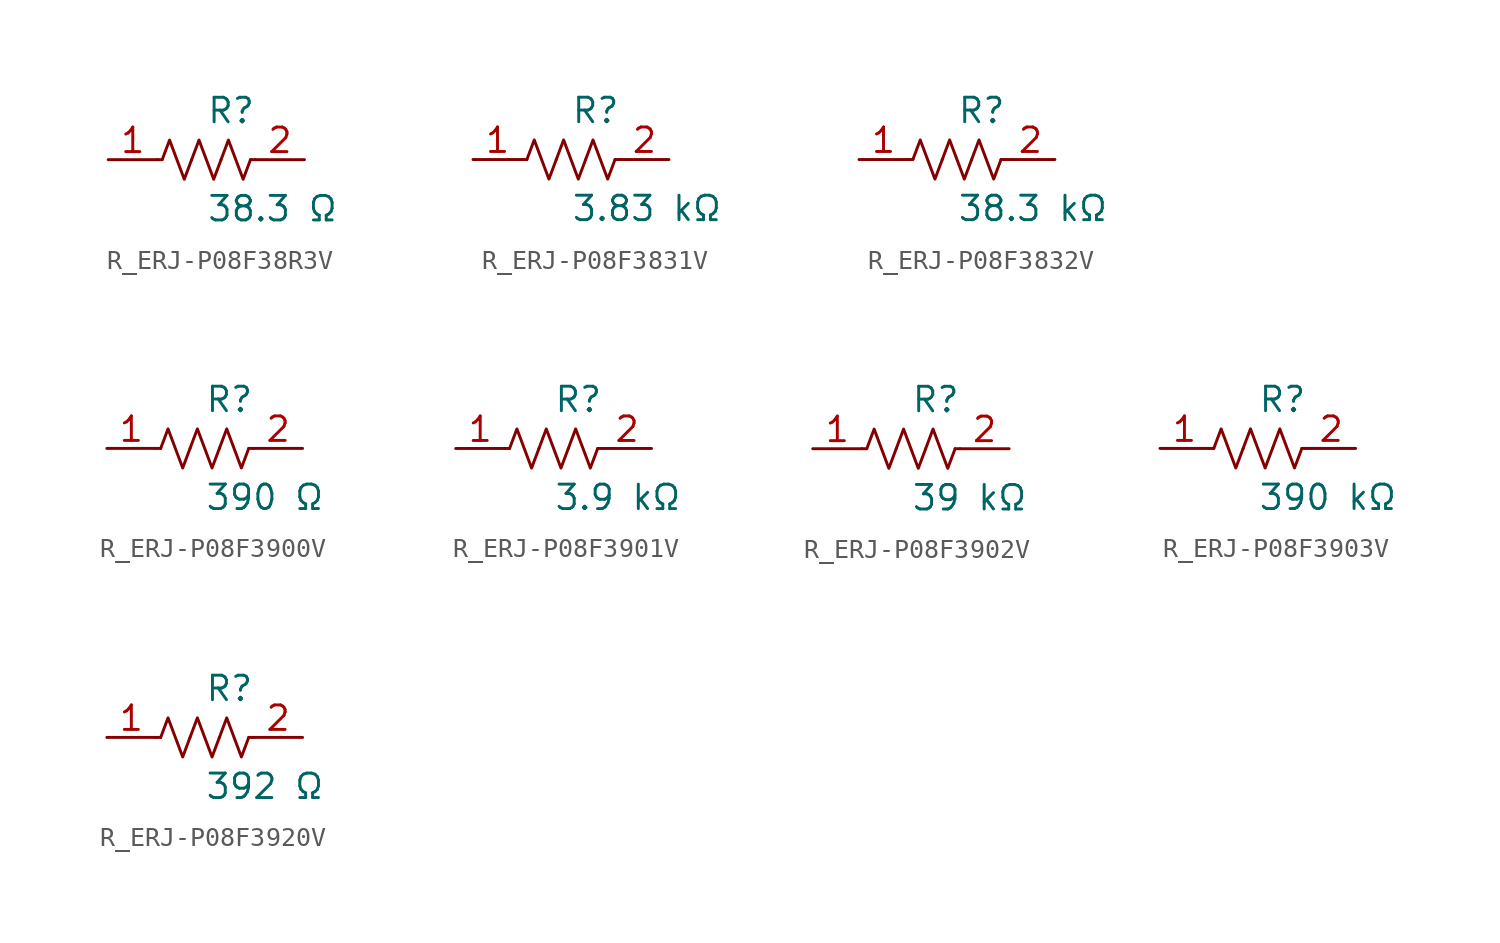
<source format=kicad_sym>
(kicad_symbol_lib
  (version 20231120)
  (generator kicad_symbol_editor)
  (generator_version 8.0)
  (symbol "R_ERJ-P08F38R3V"
    (pin_names
      (offset 0.254))
    (property "Reference" "R"
      (at 0.0 2.54 0)
      (effects (font (size 1.27 1.27)) (justify left)))
    (property "Value" "38.3 Ω"
      (at 0.0 -2.54 0)
      (effects (font (size 1.27 1.27)) (justify left)))
    (symbol "R_ERJ-P08F38R3V_0_1"
      (polyline (pts (xy 2.286 0) (xy 2.54 0)) (stroke (width 0) (type default)) (fill (type none)))
      (polyline (pts (xy -2.286 0) (xy -2.54 0)) (stroke (width 0) (type default)) (fill (type none)))
      (polyline (pts (xy 0.762 0) (xy 1.143 1.016) (xy 1.524 0) (xy 1.905 -1.016) (xy 2.286 0)) (stroke (width 0) (type default)) (fill (type none)))
      (polyline (pts (xy -0.762 0) (xy -0.381 1.016) (xy 0 0) (xy 0.381 -1.016) (xy 0.762 0)) (stroke (width 0) (type default)) (fill (type none)))
      (polyline (pts (xy -2.286 0) (xy -1.905 1.016) (xy -1.524 0) (xy -1.143 -1.016) (xy -0.762 0)) (stroke (width 0) (type default)) (fill (type none))))
    (pin unspecified line
      (at -5.08 0 0)
      (length 2.54)
      (name "" (effects (font (size 1.27 1.27))))
      (number "1" (effects (font (size 1.27 1.27)))))
    (pin unspecified line
      (at 5.08 0 180)
      (length 2.54)
      (name "" (effects (font (size 1.27 1.27))))
      (number "2" (effects (font (size 1.27 1.27))))))
  (symbol "R_ERJ-P08F3831V"
    (pin_names
      (offset 0.254))
    (property "Reference" "R"
      (at 0.0 2.54 0)
      (effects (font (size 1.27 1.27)) (justify left)))
    (property "Value" "3.83 kΩ"
      (at 0.0 -2.54 0)
      (effects (font (size 1.27 1.27)) (justify left)))
    (symbol "R_ERJ-P08F3831V_0_1"
      (polyline (pts (xy 2.286 0) (xy 2.54 0)) (stroke (width 0) (type default)) (fill (type none)))
      (polyline (pts (xy -2.286 0) (xy -2.54 0)) (stroke (width 0) (type default)) (fill (type none)))
      (polyline (pts (xy 0.762 0) (xy 1.143 1.016) (xy 1.524 0) (xy 1.905 -1.016) (xy 2.286 0)) (stroke (width 0) (type default)) (fill (type none)))
      (polyline (pts (xy -0.762 0) (xy -0.381 1.016) (xy 0 0) (xy 0.381 -1.016) (xy 0.762 0)) (stroke (width 0) (type default)) (fill (type none)))
      (polyline (pts (xy -2.286 0) (xy -1.905 1.016) (xy -1.524 0) (xy -1.143 -1.016) (xy -0.762 0)) (stroke (width 0) (type default)) (fill (type none))))
    (pin unspecified line
      (at -5.08 0 0)
      (length 2.54)
      (name "" (effects (font (size 1.27 1.27))))
      (number "1" (effects (font (size 1.27 1.27)))))
    (pin unspecified line
      (at 5.08 0 180)
      (length 2.54)
      (name "" (effects (font (size 1.27 1.27))))
      (number "2" (effects (font (size 1.27 1.27))))))
  (symbol "R_ERJ-P08F3832V"
    (pin_names
      (offset 0.254))
    (property "Reference" "R"
      (at 0.0 2.54 0)
      (effects (font (size 1.27 1.27)) (justify left)))
    (property "Value" "38.3 kΩ"
      (at 0.0 -2.54 0)
      (effects (font (size 1.27 1.27)) (justify left)))
    (symbol "R_ERJ-P08F3832V_0_1"
      (polyline (pts (xy 2.286 0) (xy 2.54 0)) (stroke (width 0) (type default)) (fill (type none)))
      (polyline (pts (xy -2.286 0) (xy -2.54 0)) (stroke (width 0) (type default)) (fill (type none)))
      (polyline (pts (xy 0.762 0) (xy 1.143 1.016) (xy 1.524 0) (xy 1.905 -1.016) (xy 2.286 0)) (stroke (width 0) (type default)) (fill (type none)))
      (polyline (pts (xy -0.762 0) (xy -0.381 1.016) (xy 0 0) (xy 0.381 -1.016) (xy 0.762 0)) (stroke (width 0) (type default)) (fill (type none)))
      (polyline (pts (xy -2.286 0) (xy -1.905 1.016) (xy -1.524 0) (xy -1.143 -1.016) (xy -0.762 0)) (stroke (width 0) (type default)) (fill (type none))))
    (pin unspecified line
      (at -5.08 0 0)
      (length 2.54)
      (name "" (effects (font (size 1.27 1.27))))
      (number "1" (effects (font (size 1.27 1.27)))))
    (pin unspecified line
      (at 5.08 0 180)
      (length 2.54)
      (name "" (effects (font (size 1.27 1.27))))
      (number "2" (effects (font (size 1.27 1.27))))))
  (symbol "R_ERJ-P08F3900V"
    (pin_names
      (offset 0.254))
    (property "Reference" "R"
      (at 0.0 2.54 0)
      (effects (font (size 1.27 1.27)) (justify left)))
    (property "Value" "390 Ω"
      (at 0.0 -2.54 0)
      (effects (font (size 1.27 1.27)) (justify left)))
    (symbol "R_ERJ-P08F3900V_0_1"
      (polyline (pts (xy 2.286 0) (xy 2.54 0)) (stroke (width 0) (type default)) (fill (type none)))
      (polyline (pts (xy -2.286 0) (xy -2.54 0)) (stroke (width 0) (type default)) (fill (type none)))
      (polyline (pts (xy 0.762 0) (xy 1.143 1.016) (xy 1.524 0) (xy 1.905 -1.016) (xy 2.286 0)) (stroke (width 0) (type default)) (fill (type none)))
      (polyline (pts (xy -0.762 0) (xy -0.381 1.016) (xy 0 0) (xy 0.381 -1.016) (xy 0.762 0)) (stroke (width 0) (type default)) (fill (type none)))
      (polyline (pts (xy -2.286 0) (xy -1.905 1.016) (xy -1.524 0) (xy -1.143 -1.016) (xy -0.762 0)) (stroke (width 0) (type default)) (fill (type none))))
    (pin unspecified line
      (at -5.08 0 0)
      (length 2.54)
      (name "" (effects (font (size 1.27 1.27))))
      (number "1" (effects (font (size 1.27 1.27)))))
    (pin unspecified line
      (at 5.08 0 180)
      (length 2.54)
      (name "" (effects (font (size 1.27 1.27))))
      (number "2" (effects (font (size 1.27 1.27))))))
  (symbol "R_ERJ-P08F3901V"
    (pin_names
      (offset 0.254))
    (property "Reference" "R"
      (at 0.0 2.54 0)
      (effects (font (size 1.27 1.27)) (justify left)))
    (property "Value" "3.9 kΩ"
      (at 0.0 -2.54 0)
      (effects (font (size 1.27 1.27)) (justify left)))
    (symbol "R_ERJ-P08F3901V_0_1"
      (polyline (pts (xy 2.286 0) (xy 2.54 0)) (stroke (width 0) (type default)) (fill (type none)))
      (polyline (pts (xy -2.286 0) (xy -2.54 0)) (stroke (width 0) (type default)) (fill (type none)))
      (polyline (pts (xy 0.762 0) (xy 1.143 1.016) (xy 1.524 0) (xy 1.905 -1.016) (xy 2.286 0)) (stroke (width 0) (type default)) (fill (type none)))
      (polyline (pts (xy -0.762 0) (xy -0.381 1.016) (xy 0 0) (xy 0.381 -1.016) (xy 0.762 0)) (stroke (width 0) (type default)) (fill (type none)))
      (polyline (pts (xy -2.286 0) (xy -1.905 1.016) (xy -1.524 0) (xy -1.143 -1.016) (xy -0.762 0)) (stroke (width 0) (type default)) (fill (type none))))
    (pin unspecified line
      (at -5.08 0 0)
      (length 2.54)
      (name "" (effects (font (size 1.27 1.27))))
      (number "1" (effects (font (size 1.27 1.27)))))
    (pin unspecified line
      (at 5.08 0 180)
      (length 2.54)
      (name "" (effects (font (size 1.27 1.27))))
      (number "2" (effects (font (size 1.27 1.27))))))
  (symbol "R_ERJ-P08F3902V"
    (pin_names
      (offset 0.254))
    (property "Reference" "R"
      (at 0.0 2.54 0)
      (effects (font (size 1.27 1.27)) (justify left)))
    (property "Value" "39 kΩ"
      (at 0.0 -2.54 0)
      (effects (font (size 1.27 1.27)) (justify left)))
    (symbol "R_ERJ-P08F3902V_0_1"
      (polyline (pts (xy 2.286 0) (xy 2.54 0)) (stroke (width 0) (type default)) (fill (type none)))
      (polyline (pts (xy -2.286 0) (xy -2.54 0)) (stroke (width 0) (type default)) (fill (type none)))
      (polyline (pts (xy 0.762 0) (xy 1.143 1.016) (xy 1.524 0) (xy 1.905 -1.016) (xy 2.286 0)) (stroke (width 0) (type default)) (fill (type none)))
      (polyline (pts (xy -0.762 0) (xy -0.381 1.016) (xy 0 0) (xy 0.381 -1.016) (xy 0.762 0)) (stroke (width 0) (type default)) (fill (type none)))
      (polyline (pts (xy -2.286 0) (xy -1.905 1.016) (xy -1.524 0) (xy -1.143 -1.016) (xy -0.762 0)) (stroke (width 0) (type default)) (fill (type none))))
    (pin unspecified line
      (at -5.08 0 0)
      (length 2.54)
      (name "" (effects (font (size 1.27 1.27))))
      (number "1" (effects (font (size 1.27 1.27)))))
    (pin unspecified line
      (at 5.08 0 180)
      (length 2.54)
      (name "" (effects (font (size 1.27 1.27))))
      (number "2" (effects (font (size 1.27 1.27))))))
  (symbol "R_ERJ-P08F3903V"
    (pin_names
      (offset 0.254))
    (property "Reference" "R"
      (at 0.0 2.54 0)
      (effects (font (size 1.27 1.27)) (justify left)))
    (property "Value" "390 kΩ"
      (at 0.0 -2.54 0)
      (effects (font (size 1.27 1.27)) (justify left)))
    (symbol "R_ERJ-P08F3903V_0_1"
      (polyline (pts (xy 2.286 0) (xy 2.54 0)) (stroke (width 0) (type default)) (fill (type none)))
      (polyline (pts (xy -2.286 0) (xy -2.54 0)) (stroke (width 0) (type default)) (fill (type none)))
      (polyline (pts (xy 0.762 0) (xy 1.143 1.016) (xy 1.524 0) (xy 1.905 -1.016) (xy 2.286 0)) (stroke (width 0) (type default)) (fill (type none)))
      (polyline (pts (xy -0.762 0) (xy -0.381 1.016) (xy 0 0) (xy 0.381 -1.016) (xy 0.762 0)) (stroke (width 0) (type default)) (fill (type none)))
      (polyline (pts (xy -2.286 0) (xy -1.905 1.016) (xy -1.524 0) (xy -1.143 -1.016) (xy -0.762 0)) (stroke (width 0) (type default)) (fill (type none))))
    (pin unspecified line
      (at -5.08 0 0)
      (length 2.54)
      (name "" (effects (font (size 1.27 1.27))))
      (number "1" (effects (font (size 1.27 1.27)))))
    (pin unspecified line
      (at 5.08 0 180)
      (length 2.54)
      (name "" (effects (font (size 1.27 1.27))))
      (number "2" (effects (font (size 1.27 1.27))))))
  (symbol "R_ERJ-P08F3920V"
    (pin_names
      (offset 0.254))
    (property "Reference" "R"
      (at 0.0 2.54 0)
      (effects (font (size 1.27 1.27)) (justify left)))
    (property "Value" "392 Ω"
      (at 0.0 -2.54 0)
      (effects (font (size 1.27 1.27)) (justify left)))
    (symbol "R_ERJ-P08F3920V_0_1"
      (polyline (pts (xy 2.286 0) (xy 2.54 0)) (stroke (width 0) (type default)) (fill (type none)))
      (polyline (pts (xy -2.286 0) (xy -2.54 0)) (stroke (width 0) (type default)) (fill (type none)))
      (polyline (pts (xy 0.762 0) (xy 1.143 1.016) (xy 1.524 0) (xy 1.905 -1.016) (xy 2.286 0)) (stroke (width 0) (type default)) (fill (type none)))
      (polyline (pts (xy -0.762 0) (xy -0.381 1.016) (xy 0 0) (xy 0.381 -1.016) (xy 0.762 0)) (stroke (width 0) (type default)) (fill (type none)))
      (polyline (pts (xy -2.286 0) (xy -1.905 1.016) (xy -1.524 0) (xy -1.143 -1.016) (xy -0.762 0)) (stroke (width 0) (type default)) (fill (type none))))
    (pin unspecified line
      (at -5.08 0 0)
      (length 2.54)
      (name "" (effects (font (size 1.27 1.27))))
      (number "1" (effects (font (size 1.27 1.27)))))
    (pin unspecified line
      (at 5.08 0 180)
      (length 2.54)
      (name "" (effects (font (size 1.27 1.27))))
      (number "2" (effects (font (size 1.27 1.27)))))))
</source>
